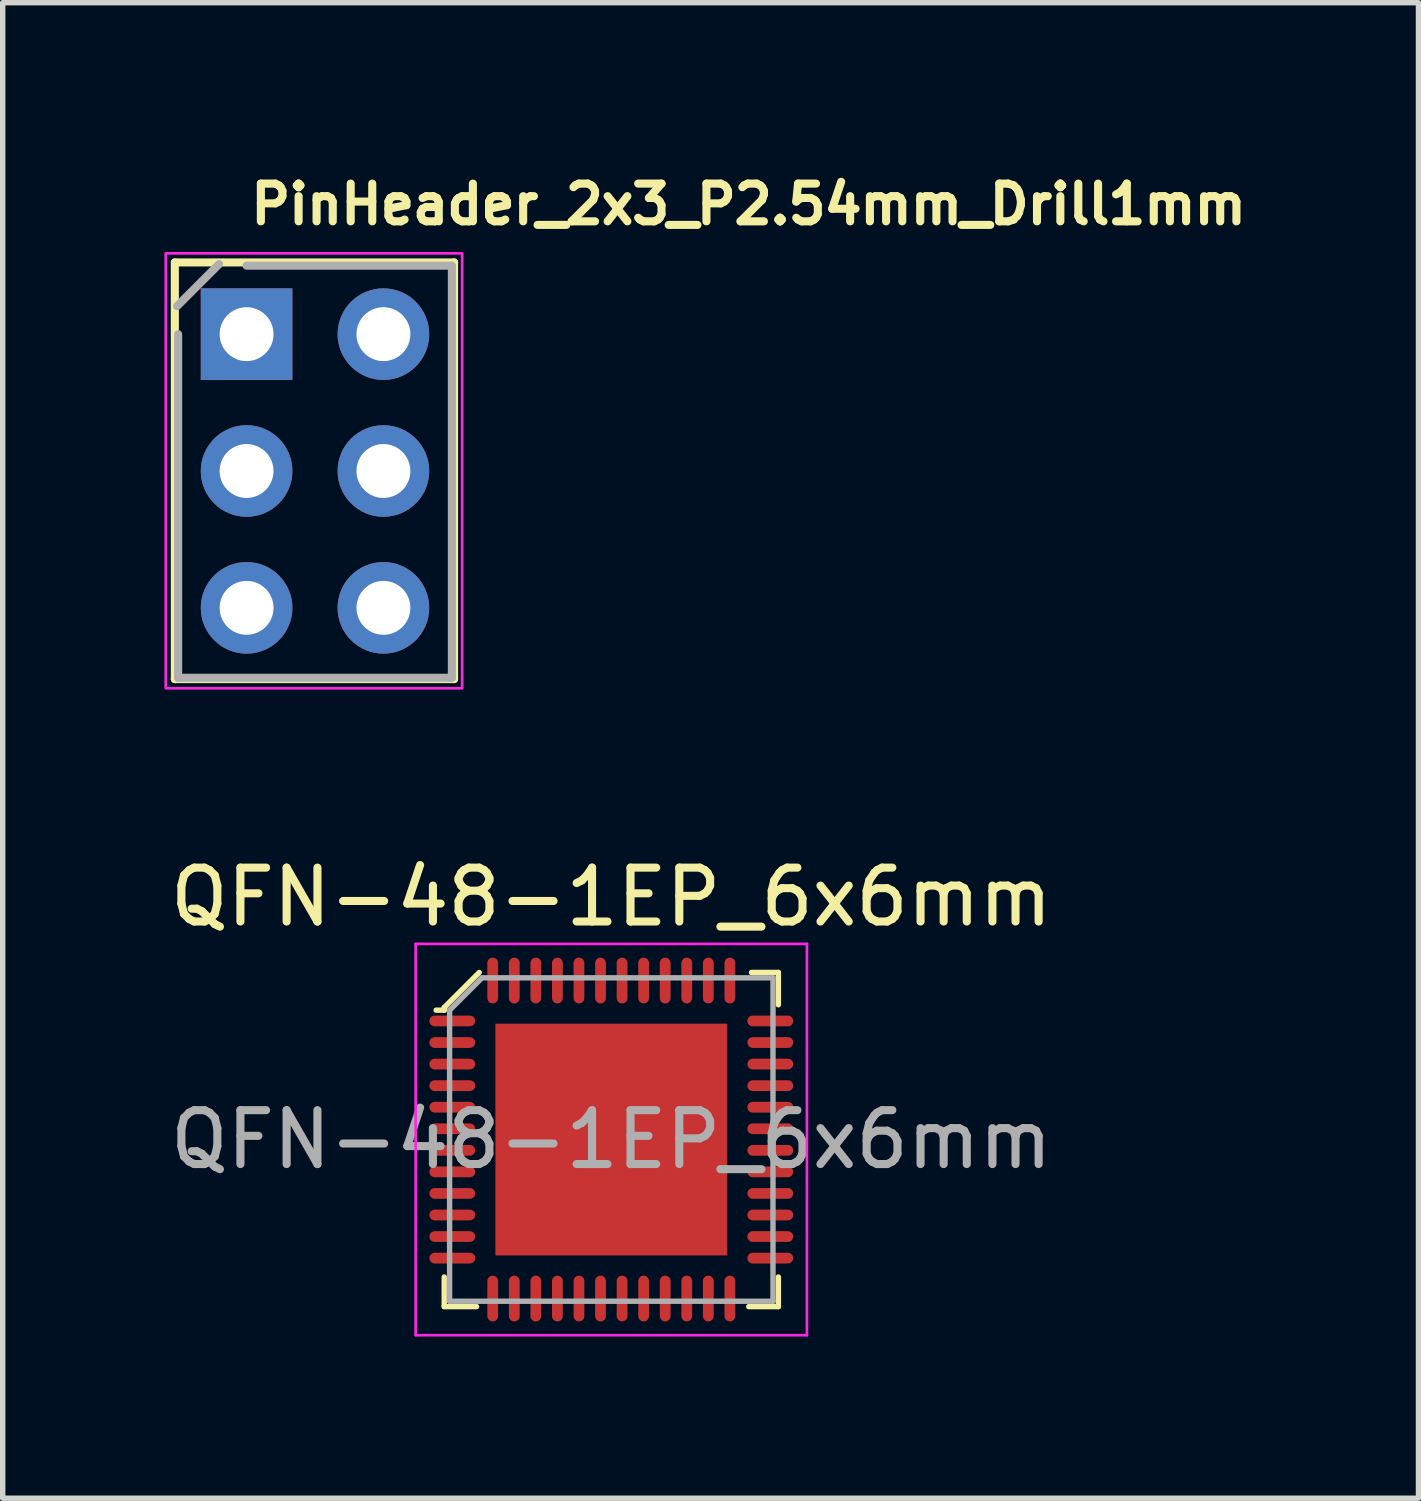
<source format=kicad_pcb>
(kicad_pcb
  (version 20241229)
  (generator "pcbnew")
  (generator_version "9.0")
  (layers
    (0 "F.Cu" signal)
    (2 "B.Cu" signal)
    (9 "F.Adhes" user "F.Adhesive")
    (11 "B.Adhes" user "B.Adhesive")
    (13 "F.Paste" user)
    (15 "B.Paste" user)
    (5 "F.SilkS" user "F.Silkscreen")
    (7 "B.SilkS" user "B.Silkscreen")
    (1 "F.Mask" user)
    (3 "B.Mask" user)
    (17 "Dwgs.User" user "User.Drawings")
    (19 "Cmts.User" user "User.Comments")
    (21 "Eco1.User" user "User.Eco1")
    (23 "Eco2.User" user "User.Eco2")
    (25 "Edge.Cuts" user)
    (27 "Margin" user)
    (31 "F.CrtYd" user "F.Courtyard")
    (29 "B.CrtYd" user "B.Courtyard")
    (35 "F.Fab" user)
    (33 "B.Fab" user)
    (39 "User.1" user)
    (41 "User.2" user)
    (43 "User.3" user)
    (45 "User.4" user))
  (footprint "PinHeader_2x3_P2.54mm_Drill1mm"
    (layer "F.Cu")
    (at 1.525 3.15)
    (property "Reference" "PinHeader_2x3_P2.54mm_Drill1mm" (at 0 -2 0) (layer "F.SilkS") (effects (font (size 0.7 0.7) (thickness 0.15)) (justify left bottom)))
    (attr through_hole)
    (fp_line (start -1.331 -1.331) (end -1.331 6.4) (stroke (width 0.15) (type solid)) (layer "F.SilkS"))
    (fp_line (start -1.331 -1.331) (end 3.85 -1.331) (stroke (width 0.15) (type solid)) (layer "F.SilkS"))
    (fp_line (start -1.331 6.4) (end 3.85 6.4) (stroke (width 0.15) (type solid)) (layer "F.SilkS"))
    (fp_line (start 3.85 -1.331) (end 3.85 6.4) (stroke (width 0.15) (type solid)) (layer "F.SilkS"))
    (fp_rect (start -1.5 -1.5) (end 4 6.57) (stroke (width 0.05) (type solid)) (fill no) (layer "F.CrtYd"))
    (fp_line (start -1.29 -0.52) (end -0.51 -1.3) (stroke (width 0.15) (type solid)) (layer "F.Fab"))
    (fp_line (start -1.27 6.376) (end -1.27 0) (stroke (width 0.15) (type solid)) (layer "F.Fab"))
    (fp_line (start 0 -1.27) (end 3.809 -1.27) (stroke (width 0.15) (type solid)) (layer "F.Fab"))
    (fp_line (start 3.809 -1.27) (end 3.809 6.376) (stroke (width 0.15) (type solid)) (layer "F.Fab"))
    (fp_line (start 3.809 6.376) (end -1.27 6.376) (stroke (width 0.15) (type solid)) (layer "F.Fab"))
    (fp_rect (start -1.281 -1.28) (end 3.797 6.339) (stroke (width 0.1) (type solid)) (fill no) (layer "User.5"))
    (fp_line (start -1.281 -1.031) (end -1.281 1.009) (stroke (width 0.02) (type solid)) (layer "User.9"))
    (fp_line (start -1.281 -1.031) (end -0.782 -1.28) (stroke (width 0.02) (type solid)) (layer "User.9"))
    (fp_line (start -1.281 1.509) (end -1.281 3.547) (stroke (width 0.02) (type solid)) (layer "User.9"))
    (fp_line (start -1.281 1.509) (end -0.782 1.259) (stroke (width 0.02) (type solid)) (layer "User.9"))
    (fp_line (start -1.281 4.049) (end -1.281 6.089) (stroke (width 0.02) (type solid)) (layer "User.9"))
    (fp_line (start -1.281 4.049) (end -0.782 3.797) (stroke (width 0.02) (type solid)) (layer "User.9"))
    (fp_line (start -0.782 1.259) (end -1.281 1.009) (stroke (width 0.02) (type solid)) (layer "User.9"))
    (fp_line (start -0.782 3.797) (end -1.281 3.547) (stroke (width 0.02) (type solid)) (layer "User.9"))
    (fp_line (start -0.782 6.339) (end -1.281 6.089) (stroke (width 0.02) (type solid)) (layer "User.9"))
    (fp_line (start -0.332 -0.333) (end 0.307 -0.333) (stroke (width 0.02) (type solid)) (layer "User.9"))
    (fp_line (start -0.332 0.308) (end -0.332 -0.333) (stroke (width 0.02) (type solid)) (layer "User.9"))
    (fp_line (start -0.332 0.308) (end -0.133 0.108) (stroke (width 0.02) (type solid)) (layer "User.9"))
    (fp_line (start -0.332 2.209) (end 0.307 2.209) (stroke (width 0.02) (type solid)) (layer "User.9"))
    (fp_line (start -0.332 2.849) (end -0.332 2.209) (stroke (width 0.02) (type solid)) (layer "User.9"))
    (fp_line (start -0.332 2.849) (end -0.133 2.648) (stroke (width 0.02) (type solid)) (layer "User.9"))
    (fp_line (start -0.332 4.748) (end 0.307 4.748) (stroke (width 0.02) (type solid)) (layer "User.9"))
    (fp_line (start -0.332 5.389) (end -0.332 4.748) (stroke (width 0.02) (type solid)) (layer "User.9"))
    (fp_line (start -0.332 5.389) (end -0.133 5.19) (stroke (width 0.02) (type solid)) (layer "User.9"))
    (fp_line (start -0.133 -0.133) (end -0.332 -0.333) (stroke (width 0.02) (type solid)) (layer "User.9"))
    (fp_line (start -0.133 -0.133) (end -0.133 0.108) (stroke (width 0.02) (type solid)) (layer "User.9"))
    (fp_line (start -0.133 0.108) (end 0.107 0.108) (stroke (width 0.02) (type solid)) (layer "User.9"))
    (fp_line (start -0.133 2.407) (end -0.332 2.209) (stroke (width 0.02) (type solid)) (layer "User.9"))
    (fp_line (start -0.133 2.407) (end -0.133 2.648) (stroke (width 0.02) (type solid)) (layer "User.9"))
    (fp_line (start -0.133 2.648) (end 0.107 2.648) (stroke (width 0.02) (type solid)) (layer "User.9"))
    (fp_line (start -0.133 4.95) (end -0.332 4.748) (stroke (width 0.02) (type solid)) (layer "User.9"))
    (fp_line (start -0.133 4.95) (end -0.133 5.19) (stroke (width 0.02) (type solid)) (layer "User.9"))
    (fp_line (start -0.133 5.19) (end 0.107 5.19) (stroke (width 0.02) (type solid)) (layer "User.9"))
    (fp_line (start 0.107 -0.133) (end -0.133 -0.133) (stroke (width 0.02) (type solid)) (layer "User.9"))
    (fp_line (start 0.107 -0.133) (end 0.307 -0.333) (stroke (width 0.02) (type solid)) (layer "User.9"))
    (fp_line (start 0.107 0.108) (end 0.107 -0.133) (stroke (width 0.02) (type solid)) (layer "User.9"))
    (fp_line (start 0.107 0.108) (end 0.307 0.308) (stroke (width 0.02) (type solid)) (layer "User.9"))
    (fp_line (start 0.107 2.407) (end -0.133 2.407) (stroke (width 0.02) (type solid)) (layer "User.9"))
    (fp_line (start 0.107 2.407) (end 0.307 2.209) (stroke (width 0.02) (type solid)) (layer "User.9"))
    (fp_line (start 0.107 2.648) (end 0.107 2.407) (stroke (width 0.02) (type solid)) (layer "User.9"))
    (fp_line (start 0.107 2.648) (end 0.307 2.849) (stroke (width 0.02) (type solid)) (layer "User.9"))
    (fp_line (start 0.107 4.95) (end -0.133 4.95) (stroke (width 0.02) (type solid)) (layer "User.9"))
    (fp_line (start 0.107 4.95) (end 0.307 4.748) (stroke (width 0.02) (type solid)) (layer "User.9"))
    (fp_line (start 0.107 5.19) (end 0.107 4.95) (stroke (width 0.02) (type solid)) (layer "User.9"))
    (fp_line (start 0.107 5.19) (end 0.307 5.389) (stroke (width 0.02) (type solid)) (layer "User.9"))
    (fp_line (start 0.307 -0.333) (end 0.307 0.308) (stroke (width 0.02) (type solid)) (layer "User.9"))
    (fp_line (start 0.307 0.308) (end -0.332 0.308) (stroke (width 0.02) (type solid)) (layer "User.9"))
    (fp_line (start 0.307 2.209) (end 0.307 2.849) (stroke (width 0.02) (type solid)) (layer "User.9"))
    (fp_line (start 0.307 2.849) (end -0.332 2.849) (stroke (width 0.02) (type solid)) (layer "User.9"))
    (fp_line (start 0.307 4.748) (end 0.307 5.389) (stroke (width 0.02) (type solid)) (layer "User.9"))
    (fp_line (start 0.307 5.389) (end -0.332 5.389) (stroke (width 0.02) (type solid)) (layer "User.9"))
    (fp_line (start 2.209 -0.333) (end 2.85 -0.333) (stroke (width 0.02) (type solid)) (layer "User.9"))
    (fp_line (start 2.209 0.308) (end 2.209 -0.333) (stroke (width 0.02) (type solid)) (layer "User.9"))
    (fp_line (start 2.209 0.308) (end 2.407 0.108) (stroke (width 0.02) (type solid)) (layer "User.9"))
    (fp_line (start 2.209 2.209) (end 2.85 2.209) (stroke (width 0.02) (type solid)) (layer "User.9"))
    (fp_line (start 2.209 2.849) (end 2.209 2.209) (stroke (width 0.02) (type solid)) (layer "User.9"))
    (fp_line (start 2.209 2.849) (end 2.407 2.648) (stroke (width 0.02) (type solid)) (layer "User.9"))
    (fp_line (start 2.209 4.748) (end 2.85 4.748) (stroke (width 0.02) (type solid)) (layer "User.9"))
    (fp_line (start 2.209 5.389) (end 2.209 4.748) (stroke (width 0.02) (type solid)) (layer "User.9"))
    (fp_line (start 2.209 5.389) (end 2.407 5.19) (stroke (width 0.02) (type solid)) (layer "User.9"))
    (fp_line (start 2.407 -0.133) (end 2.209 -0.333) (stroke (width 0.02) (type solid)) (layer "User.9"))
    (fp_line (start 2.407 -0.133) (end 2.407 0.108) (stroke (width 0.02) (type solid)) (layer "User.9"))
    (fp_line (start 2.407 0.108) (end 2.648 0.108) (stroke (width 0.02) (type solid)) (layer "User.9"))
    (fp_line (start 2.407 2.407) (end 2.209 2.209) (stroke (width 0.02) (type solid)) (layer "User.9"))
    (fp_line (start 2.407 2.407) (end 2.407 2.648) (stroke (width 0.02) (type solid)) (layer "User.9"))
    (fp_line (start 2.407 2.648) (end 2.648 2.648) (stroke (width 0.02) (type solid)) (layer "User.9"))
    (fp_line (start 2.407 4.95) (end 2.209 4.748) (stroke (width 0.02) (type solid)) (layer "User.9"))
    (fp_line (start 2.407 4.95) (end 2.407 5.19) (stroke (width 0.02) (type solid)) (layer "User.9"))
    (fp_line (start 2.407 5.19) (end 2.648 5.19) (stroke (width 0.02) (type solid)) (layer "User.9"))
    (fp_line (start 2.648 -0.133) (end 2.407 -0.133) (stroke (width 0.02) (type solid)) (layer "User.9"))
    (fp_line (start 2.648 -0.133) (end 2.85 -0.333) (stroke (width 0.02) (type solid)) (layer "User.9"))
    (fp_line (start 2.648 0.108) (end 2.648 -0.133) (stroke (width 0.02) (type solid)) (layer "User.9"))
    (fp_line (start 2.648 0.108) (end 2.85 0.308) (stroke (width 0.02) (type solid)) (layer "User.9"))
    (fp_line (start 2.648 2.407) (end 2.407 2.407) (stroke (width 0.02) (type solid)) (layer "User.9"))
    (fp_line (start 2.648 2.407) (end 2.85 2.209) (stroke (width 0.02) (type solid)) (layer "User.9"))
    (fp_line (start 2.648 2.648) (end 2.648 2.407) (stroke (width 0.02) (type solid)) (layer "User.9"))
    (fp_line (start 2.648 2.648) (end 2.85 2.849) (stroke (width 0.02) (type solid)) (layer "User.9"))
    (fp_line (start 2.648 4.95) (end 2.407 4.95) (stroke (width 0.02) (type solid)) (layer "User.9"))
    (fp_line (start 2.648 4.95) (end 2.85 4.748) (stroke (width 0.02) (type solid)) (layer "User.9"))
    (fp_line (start 2.648 5.19) (end 2.648 4.95) (stroke (width 0.02) (type solid)) (layer "User.9"))
    (fp_line (start 2.648 5.19) (end 2.85 5.389) (stroke (width 0.02) (type solid)) (layer "User.9"))
    (fp_line (start 2.85 -0.333) (end 2.85 0.308) (stroke (width 0.02) (type solid)) (layer "User.9"))
    (fp_line (start 2.85 0.308) (end 2.209 0.308) (stroke (width 0.02) (type solid)) (layer "User.9"))
    (fp_line (start 2.85 2.209) (end 2.85 2.849) (stroke (width 0.02) (type solid)) (layer "User.9"))
    (fp_line (start 2.85 2.849) (end 2.209 2.849) (stroke (width 0.02) (type solid)) (layer "User.9"))
    (fp_line (start 2.85 4.748) (end 2.85 5.389) (stroke (width 0.02) (type solid)) (layer "User.9"))
    (fp_line (start 2.85 5.389) (end 2.209 5.389) (stroke (width 0.02) (type solid)) (layer "User.9"))
    (fp_line (start 3.297 -1.28) (end -0.782 -1.28) (stroke (width 0.02) (type solid)) (layer "User.9"))
    (fp_line (start 3.297 1.259) (end 3.797 1.009) (stroke (width 0.02) (type solid)) (layer "User.9"))
    (fp_line (start 3.297 3.797) (end 3.797 3.547) (stroke (width 0.02) (type solid)) (layer "User.9"))
    (fp_line (start 3.297 6.339) (end -0.782 6.339) (stroke (width 0.02) (type solid)) (layer "User.9"))
    (fp_line (start 3.297 6.339) (end 3.797 6.089) (stroke (width 0.02) (type solid)) (layer "User.9"))
    (fp_line (start 3.797 -1.031) (end 3.297 -1.28) (stroke (width 0.02) (type solid)) (layer "User.9"))
    (fp_line (start 3.797 -1.031) (end 3.797 1.009) (stroke (width 0.02) (type solid)) (layer "User.9"))
    (fp_line (start 3.797 1.509) (end 3.297 1.259) (stroke (width 0.02) (type solid)) (layer "User.9"))
    (fp_line (start 3.797 1.509) (end 3.797 3.547) (stroke (width 0.02) (type solid)) (layer "User.9"))
    (fp_line (start 3.797 4.049) (end 3.297 3.797) (stroke (width 0.02) (type solid)) (layer "User.9"))
    (fp_line (start 3.797 4.049) (end 3.797 6.089) (stroke (width 0.02) (type solid)) (layer "User.9"))
    (pad "1" thru_hole rect (at 0 0) (size 1.7 1.7) (drill 1) (layers "*.Cu" "*.Mask"))
    (pad "2" thru_hole oval (at 0 2.539) (size 1.7 1.7) (drill 1) (layers "*.Cu" "*.Mask"))
    (pad "3" thru_hole oval (at 0 5.078) (size 1.7 1.7) (drill 1) (layers "*.Cu" "*.Mask"))
    (pad "4" thru_hole oval (at 2.539 0) (size 1.7 1.7) (drill 1) (layers "*.Cu" "*.Mask"))
    (pad "5" thru_hole oval (at 2.539 2.539) (size 1.7 1.7) (drill 1) (layers "*.Cu" "*.Mask"))
    (pad "6" thru_hole oval (at 2.539 5.078) (size 1.7 1.7) (drill 1) (layers "*.Cu" "*.Mask")))
  (footprint "QFN-48-1EP_6x6mm"
    (layer "F.Cu")
    (at 8.292 18.093)
    (property "Reference" "QFN-48-1EP_6x6mm" (at 0 -4.5 0) (layer "F.SilkS") (effects (font (size 1 1) (thickness 0.15))))
    (attr smd)
    (fp_line (start -3.1 -2.45) (end -3.1 -2.4) (stroke (width 0.1) (type solid)) (layer "F.SilkS"))
    (fp_line (start -3.1 -2.4) (end -3.25 -2.4) (stroke (width 0.1) (type solid)) (layer "F.SilkS"))
    (fp_line (start -3.1 2.55) (end -3.1 3.1) (stroke (width 0.1) (type solid)) (layer "F.SilkS"))
    (fp_line (start -3.1 3.1) (end -2.5 3.1) (stroke (width 0.1) (type solid)) (layer "F.SilkS"))
    (fp_line (start -2.45 -3.1) (end -3.1 -2.45) (stroke (width 0.1) (type solid)) (layer "F.SilkS"))
    (fp_line (start 2.55 3.1) (end 3.1 3.1) (stroke (width 0.1) (type solid)) (layer "F.SilkS"))
    (fp_line (start 2.6 -3.1) (end 3.1 -3.1) (stroke (width 0.1) (type solid)) (layer "F.SilkS"))
    (fp_line (start 3.1 -3.1) (end 3.1 -2.5) (stroke (width 0.1) (type solid)) (layer "F.SilkS"))
    (fp_line (start 3.1 3.1) (end 3.1 2.55) (stroke (width 0.1) (type solid)) (layer "F.SilkS"))
    (fp_line (start -3.63 -3.63) (end -3.63 3.63) (stroke (width 0.05) (type solid)) (layer "F.CrtYd"))
    (fp_line (start -3.63 -3.63) (end 3.63 -3.63) (stroke (width 0.05) (type solid)) (layer "F.CrtYd"))
    (fp_line (start -3.63 3.63) (end 3.63 3.63) (stroke (width 0.05) (type solid)) (layer "F.CrtYd"))
    (fp_line (start 3.63 -3.63) (end 3.63 3.63) (stroke (width 0.05) (type solid)) (layer "F.CrtYd"))
    (fp_line (start -3 -2.4) (end -3 3) (stroke (width 0.1) (type solid)) (layer "F.Fab"))
    (fp_line (start -3 -2.4) (end -2.4 -3) (stroke (width 0.1) (type solid)) (layer "F.Fab"))
    (fp_line (start -3 3) (end 3 3) (stroke (width 0.1) (type solid)) (layer "F.Fab"))
    (fp_line (start -2.4 -3) (end 3 -3) (stroke (width 0.1) (type solid)) (layer "F.Fab"))
    (fp_line (start 3 -3) (end 3 3) (stroke (width 0.1) (type solid)) (layer "F.Fab"))
    (fp_text user "${REFERENCE}" (at 0 0 0) (layer "F.Fab") (effects (font (size 1 1) (thickness 0.15))))
    (pad "1" smd oval (at -2.95 -2.2) (size 0.85 0.2) (layers "F.Cu" "F.Mask" "F.Paste"))
    (pad "2" smd oval (at -2.95 -1.8) (size 0.85 0.2) (layers "F.Cu" "F.Mask" "F.Paste"))
    (pad "3" smd oval (at -2.95 -1.4) (size 0.85 0.2) (layers "F.Cu" "F.Mask" "F.Paste"))
    (pad "4" smd oval (at -2.95 -1) (size 0.85 0.2) (layers "F.Cu" "F.Mask" "F.Paste"))
    (pad "5" smd oval (at -2.95 -0.6) (size 0.85 0.2) (layers "F.Cu" "F.Mask" "F.Paste"))
    (pad "6" smd oval (at -2.95 -0.2) (size 0.85 0.2) (layers "F.Cu" "F.Mask" "F.Paste"))
    (pad "7" smd oval (at -2.95 0.2) (size 0.85 0.2) (layers "F.Cu" "F.Mask" "F.Paste"))
    (pad "8" smd oval (at -2.95 0.6) (size 0.85 0.2) (layers "F.Cu" "F.Mask" "F.Paste"))
    (pad "9" smd oval (at -2.95 1) (size 0.85 0.2) (layers "F.Cu" "F.Mask" "F.Paste"))
    (pad "10" smd oval (at -2.95 1.4) (size 0.85 0.2) (layers "F.Cu" "F.Mask" "F.Paste"))
    (pad "11" smd oval (at -2.95 1.8) (size 0.85 0.2) (layers "F.Cu" "F.Mask" "F.Paste"))
    (pad "12" smd oval (at -2.95 2.2) (size 0.85 0.2) (layers "F.Cu" "F.Mask" "F.Paste"))
    (pad "13" smd oval (at -2.2 2.95) (size 0.2 0.85) (layers "F.Cu" "F.Mask" "F.Paste"))
    (pad "14" smd oval (at -1.8 2.95) (size 0.2 0.85) (layers "F.Cu" "F.Mask" "F.Paste"))
    (pad "15" smd oval (at -1.4 2.95) (size 0.2 0.85) (layers "F.Cu" "F.Mask" "F.Paste"))
    (pad "16" smd oval (at -1 2.95) (size 0.2 0.85) (layers "F.Cu" "F.Mask" "F.Paste"))
    (pad "17" smd oval (at -0.6 2.95) (size 0.2 0.85) (layers "F.Cu" "F.Mask" "F.Paste"))
    (pad "18" smd oval (at -0.2 2.95) (size 0.2 0.85) (layers "F.Cu" "F.Mask" "F.Paste"))
    (pad "19" smd oval (at 0.2 2.95) (size 0.2 0.85) (layers "F.Cu" "F.Mask" "F.Paste"))
    (pad "20" smd oval (at 0.6 2.95) (size 0.2 0.85) (layers "F.Cu" "F.Mask" "F.Paste"))
    (pad "21" smd oval (at 1 2.95) (size 0.2 0.85) (layers "F.Cu" "F.Mask" "F.Paste"))
    (pad "22" smd oval (at 1.4 2.95) (size 0.2 0.85) (layers "F.Cu" "F.Mask" "F.Paste"))
    (pad "23" smd oval (at 1.8 2.95) (size 0.2 0.85) (layers "F.Cu" "F.Mask" "F.Paste"))
    (pad "24" smd oval (at 2.2 2.95) (size 0.2 0.85) (layers "F.Cu" "F.Mask" "F.Paste"))
    (pad "25" smd oval (at 2.95 2.2) (size 0.85 0.2) (layers "F.Cu" "F.Mask" "F.Paste"))
    (pad "26" smd oval (at 2.95 1.8) (size 0.85 0.2) (layers "F.Cu" "F.Mask" "F.Paste"))
    (pad "27" smd oval (at 2.95 1.4) (size 0.85 0.2) (layers "F.Cu" "F.Mask" "F.Paste"))
    (pad "28" smd oval (at 2.95 1) (size 0.85 0.2) (layers "F.Cu" "F.Mask" "F.Paste"))
    (pad "29" smd oval (at 2.95 0.6) (size 0.85 0.2) (layers "F.Cu" "F.Mask" "F.Paste"))
    (pad "30" smd oval (at 2.95 0.2) (size 0.85 0.2) (layers "F.Cu" "F.Mask" "F.Paste"))
    (pad "31" smd oval (at 2.95 -0.2) (size 0.85 0.2) (layers "F.Cu" "F.Mask" "F.Paste"))
    (pad "32" smd oval (at 2.95 -0.6) (size 0.85 0.2) (layers "F.Cu" "F.Mask" "F.Paste"))
    (pad "33" smd oval (at 2.95 -1) (size 0.85 0.2) (layers "F.Cu" "F.Mask" "F.Paste"))
    (pad "34" smd oval (at 2.95 -1.4) (size 0.85 0.2) (layers "F.Cu" "F.Mask" "F.Paste"))
    (pad "35" smd oval (at 2.95 -1.8) (size 0.85 0.2) (layers "F.Cu" "F.Mask" "F.Paste"))
    (pad "36" smd oval (at 2.95 -2.2) (size 0.85 0.2) (layers "F.Cu" "F.Mask" "F.Paste"))
    (pad "37" smd oval (at 2.2 -2.95) (size 0.2 0.85) (layers "F.Cu" "F.Mask" "F.Paste"))
    (pad "38" smd oval (at 1.8 -2.95) (size 0.2 0.85) (layers "F.Cu" "F.Mask" "F.Paste"))
    (pad "39" smd oval (at 1.4 -2.95) (size 0.2 0.85) (layers "F.Cu" "F.Mask" "F.Paste"))
    (pad "40" smd oval (at 1 -2.95) (size 0.2 0.85) (layers "F.Cu" "F.Mask" "F.Paste"))
    (pad "41" smd oval (at 0.6 -2.95) (size 0.2 0.85) (layers "F.Cu" "F.Mask" "F.Paste"))
    (pad "42" smd oval (at 0.2 -2.95) (size 0.2 0.85) (layers "F.Cu" "F.Mask" "F.Paste"))
    (pad "43" smd oval (at -0.2 -2.95) (size 0.2 0.85) (layers "F.Cu" "F.Mask" "F.Paste"))
    (pad "44" smd oval (at -0.6 -2.95) (size 0.2 0.85) (layers "F.Cu" "F.Mask" "F.Paste"))
    (pad "45" smd oval (at -1 -2.95) (size 0.2 0.85) (layers "F.Cu" "F.Mask" "F.Paste"))
    (pad "46" smd oval (at -1.4 -2.95) (size 0.2 0.85) (layers "F.Cu" "F.Mask" "F.Paste"))
    (pad "47" smd oval (at -1.8 -2.95) (size 0.2 0.85) (layers "F.Cu" "F.Mask" "F.Paste"))
    (pad "48" smd oval (at -2.2 -2.95) (size 0.2 0.85) (layers "F.Cu" "F.Mask" "F.Paste"))
    (pad "49" smd rect (at 0 0) (size 4.3 4.3) (layers "F.Cu" "F.Mask" "F.Paste")))
  (gr_rect
    (start -3 -3)
    (end 23.268 24.748)
    (stroke (width 0.1) (type default))
    (fill no)
    (layer "Edge.Cuts")))
</source>
